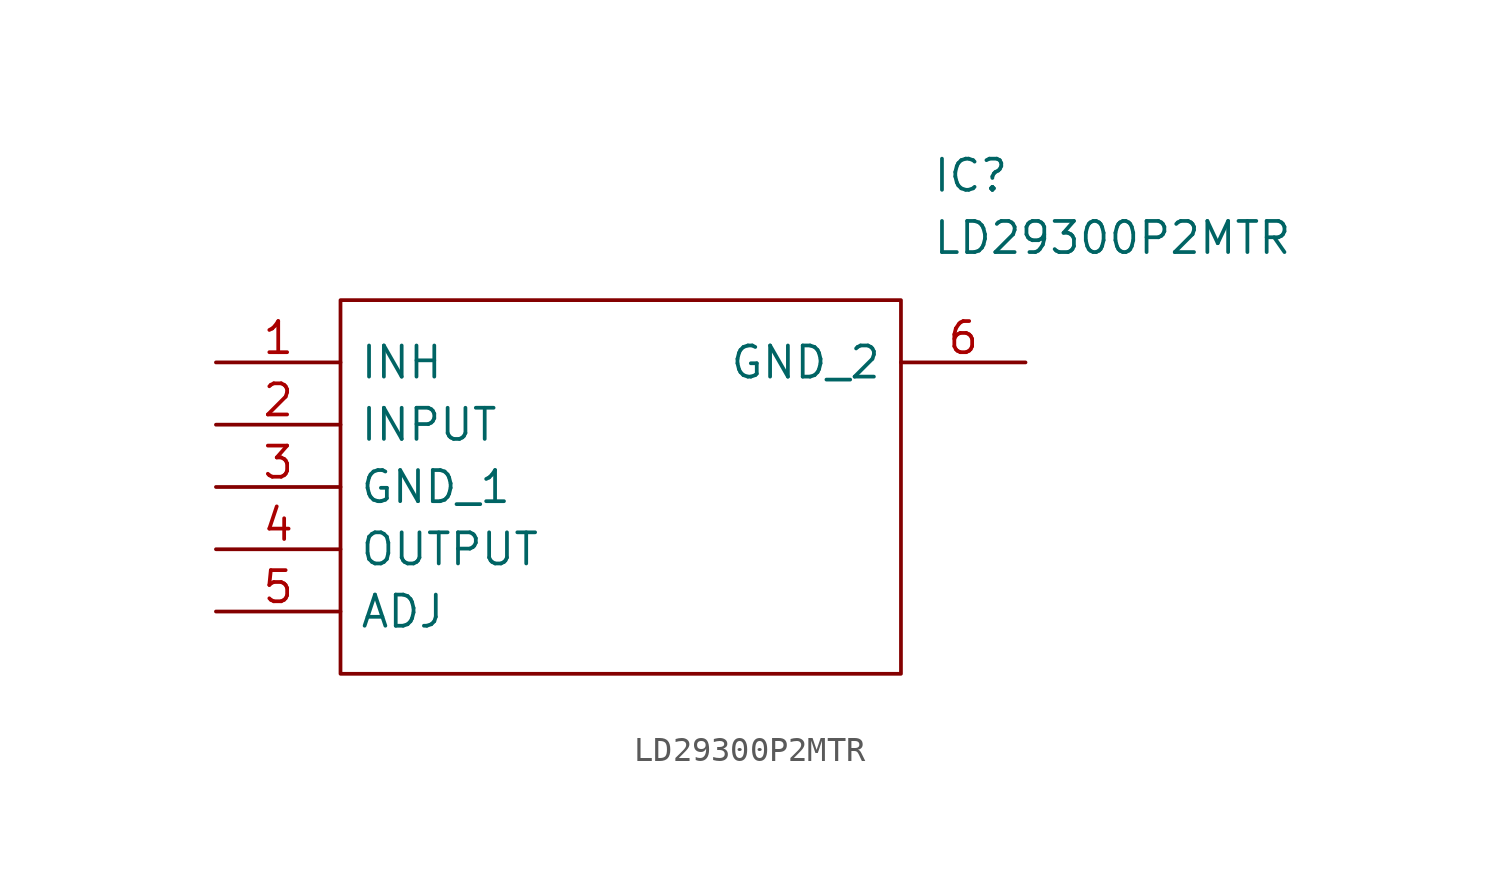
<source format=kicad_sym>
(kicad_symbol_lib
  (version 20211014)
  (generator kicad_symbol_editor)
  (symbol "LD29300P2MTR"
    (pin_names
      (offset 0.762))
    (property "Reference" "IC"
      (at 29.21 7.62 0)
      (effects (font (size 1.27 1.27)) (justify left)))
    (property "Value" "LD29300P2MTR"
      (at 29.21 5.08 0)
      (effects (font (size 1.27 1.27)) (justify left)))
    (symbol "LD29300P2MTR_0_0"
      (pin passive line (at 0 0 0) (length 5.08) (name "INH" (effects (font (size 1.27 1.27)))) (number "1" (effects (font (size 1.27 1.27)))))
      (pin passive line (at 0 -2.54 0) (length 5.08) (name "INPUT" (effects (font (size 1.27 1.27)))) (number "2" (effects (font (size 1.27 1.27)))))
      (pin passive line (at 0 -5.08 0) (length 5.08) (name "GND_1" (effects (font (size 1.27 1.27)))) (number "3" (effects (font (size 1.27 1.27)))))
      (pin passive line (at 0 -7.62 0) (length 5.08) (name "OUTPUT" (effects (font (size 1.27 1.27)))) (number "4" (effects (font (size 1.27 1.27)))))
      (pin passive line (at 0 -10.16 0) (length 5.08) (name "ADJ" (effects (font (size 1.27 1.27)))) (number "5" (effects (font (size 1.27 1.27)))))
      (pin passive line (at 33.02 0 180) (length 5.08) (name "GND_2" (effects (font (size 1.27 1.27)))) (number "6" (effects (font (size 1.27 1.27))))))
    (symbol "LD29300P2MTR_0_1"
      (polyline (pts (xy 5.08 2.54) (xy 27.94 2.54) (xy 27.94 -12.7) (xy 5.08 -12.7) (xy 5.08 2.54)) (stroke (width 0.152) (type default) (color 0 0 0 0)) (fill (type none))))))
</source>
